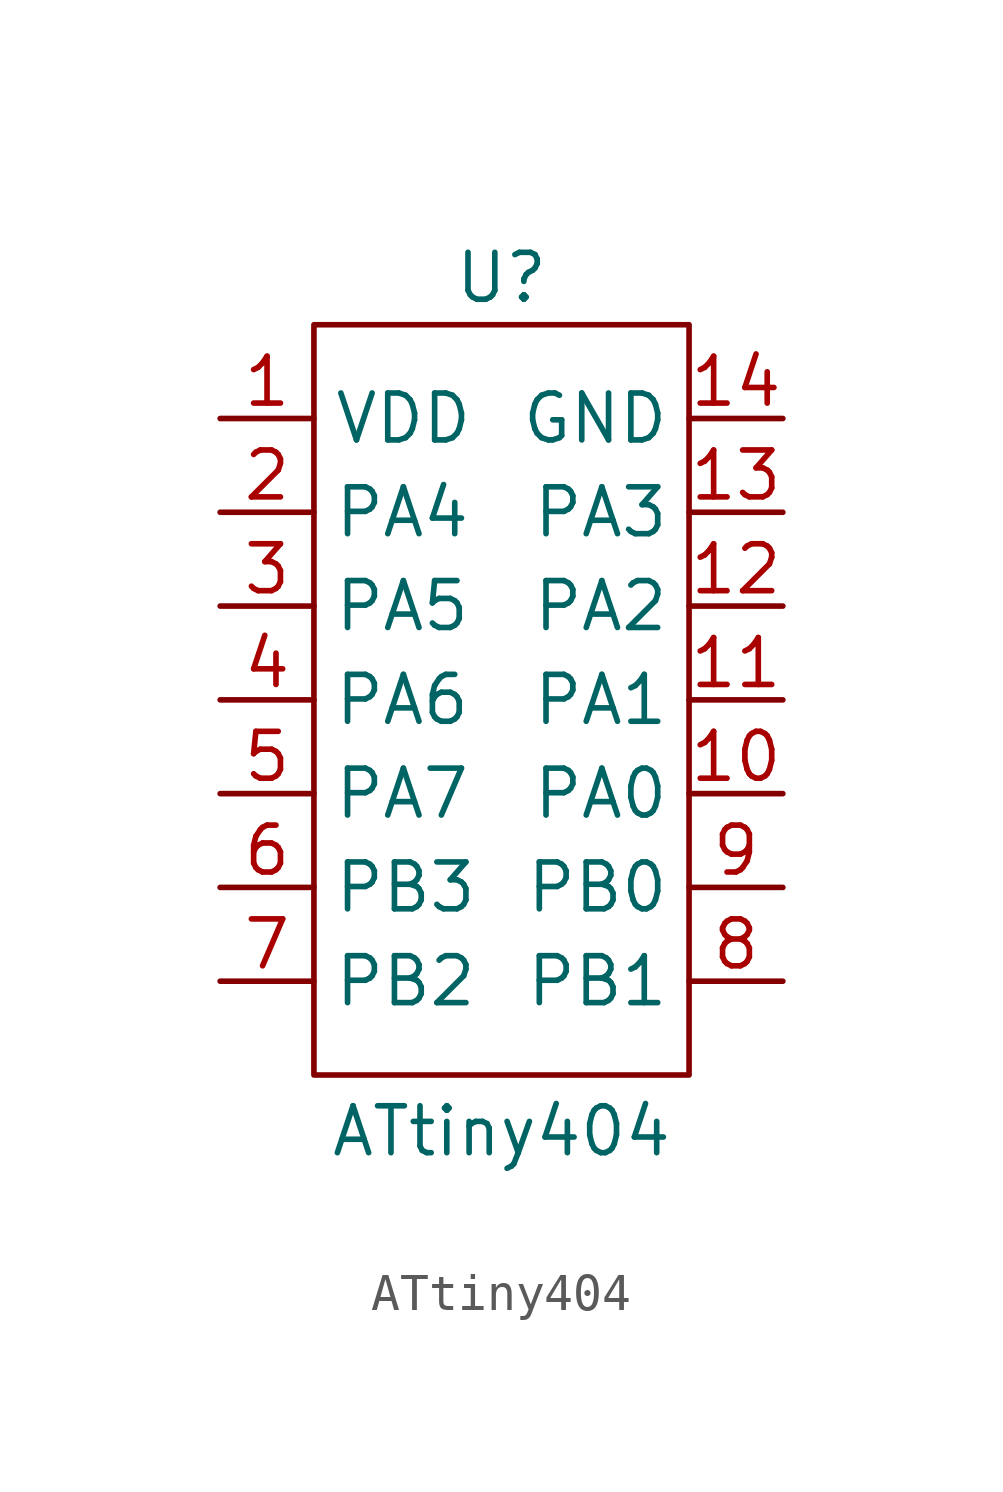
<source format=kicad_sym>
(kicad_symbol_lib
  (version 20231120)
  (generator "kicad_symbol_editor")
  (generator_version "8.0")
  (symbol "ATtiny404"
    (property "Reference" "U"
      (at 0 11.43 0)
      (effects (font (size 1.27 1.27))))
    (property "Value" "ATtiny404"
      (at 0 -11.684 0)
      (effects (font (size 1.27 1.27))))
    (symbol "ATtiny404_0_1"
      (rectangle (start -5.08 10.16) (end 5.08 -10.16) (stroke (width 0) (type default)) (fill (type none))))
    (symbol "ATtiny404_1_1"
      (pin power_in line (at -7.62 7.62 0) (length 2.54) (name "VDD" (effects (font (size 1.27 1.27)))) (number "1" (effects (font (size 1.27 1.27)))))
      (pin bidirectional line (at 7.62 -2.54 180) (length 2.54) (name "PA0" (effects (font (size 1.27 1.27)))) (number "10" (effects (font (size 1.27 1.27)))))
      (pin bidirectional line (at 7.62 0 180) (length 2.54) (name "PA1" (effects (font (size 1.27 1.27)))) (number "11" (effects (font (size 1.27 1.27)))))
      (pin bidirectional line (at 7.62 2.54 180) (length 2.54) (name "PA2" (effects (font (size 1.27 1.27)))) (number "12" (effects (font (size 1.27 1.27)))))
      (pin bidirectional line (at 7.62 5.08 180) (length 2.54) (name "PA3" (effects (font (size 1.27 1.27)))) (number "13" (effects (font (size 1.27 1.27)))))
      (pin power_in line (at 7.62 7.62 180) (length 2.54) (name "GND" (effects (font (size 1.27 1.27)))) (number "14" (effects (font (size 1.27 1.27)))))
      (pin bidirectional line (at -7.62 5.08 0) (length 2.54) (name "PA4" (effects (font (size 1.27 1.27)))) (number "2" (effects (font (size 1.27 1.27)))))
      (pin bidirectional line (at -7.62 2.54 0) (length 2.54) (name "PA5" (effects (font (size 1.27 1.27)))) (number "3" (effects (font (size 1.27 1.27)))))
      (pin bidirectional line (at -7.62 0 0) (length 2.54) (name "PA6" (effects (font (size 1.27 1.27)))) (number "4" (effects (font (size 1.27 1.27)))))
      (pin bidirectional line (at -7.62 -2.54 0) (length 2.54) (name "PA7" (effects (font (size 1.27 1.27)))) (number "5" (effects (font (size 1.27 1.27)))))
      (pin bidirectional line (at -7.62 -5.08 0) (length 2.54) (name "PB3" (effects (font (size 1.27 1.27)))) (number "6" (effects (font (size 1.27 1.27)))))
      (pin bidirectional line (at -7.62 -7.62 0) (length 2.54) (name "PB2" (effects (font (size 1.27 1.27)))) (number "7" (effects (font (size 1.27 1.27)))))
      (pin bidirectional line (at 7.62 -7.62 180) (length 2.54) (name "PB1" (effects (font (size 1.27 1.27)))) (number "8" (effects (font (size 1.27 1.27)))))
      (pin bidirectional line (at 7.62 -5.08 180) (length 2.54) (name "PB0" (effects (font (size 1.27 1.27)))) (number "9" (effects (font (size 1.27 1.27))))))))
</source>
